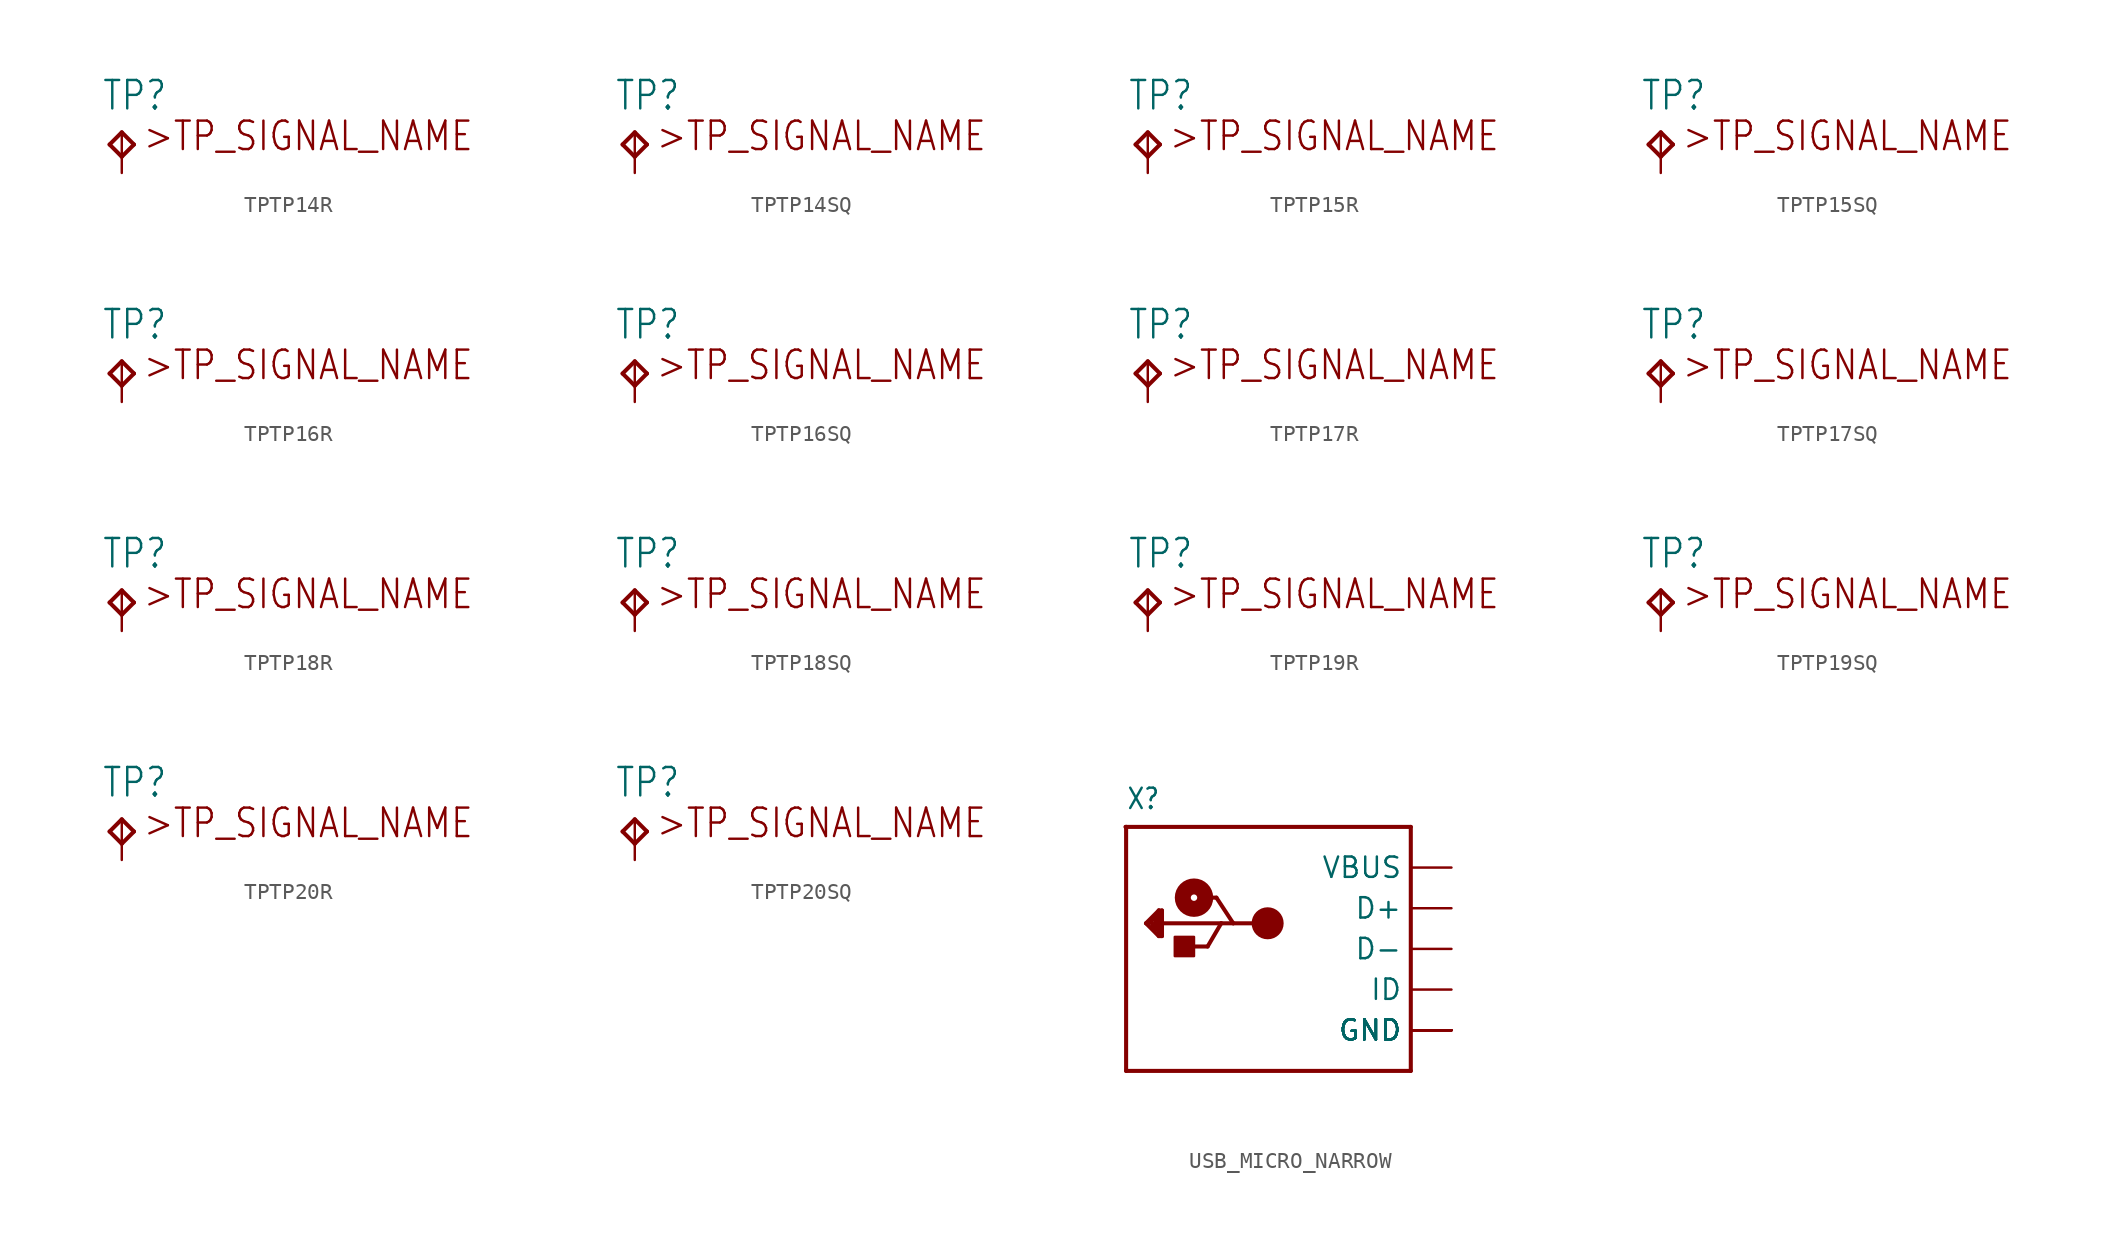
<source format=kicad_sym>
(kicad_symbol_lib
  (version 20220914)
  (generator kicad_symbol_editor)
  (symbol "TPTP14R"
    (property "Reference" "TP"
      (at -1.27 1.27 0)
      (effects (font (size 1.778 1.511)) (justify left bottom)))
    (property "ki_locked" ""
      (at 0 0 0)
      (effects (font (size 1.27 1.27))))
    (symbol "TPTP14R_1_0"
      (polyline (pts (xy -0.762 -0.762) (xy 0 0)) (stroke (width 0.254) (type solid)) (fill (type none)))
      (polyline (pts (xy 0 -1.524) (xy -0.762 -0.762)) (stroke (width 0.254) (type solid)) (fill (type none)))
      (polyline (pts (xy 0 0) (xy 0.762 -0.762)) (stroke (width 0.254) (type solid)) (fill (type none)))
      (polyline (pts (xy 0.762 -0.762) (xy 0 -1.524)) (stroke (width 0.254) (type solid)) (fill (type none)))
      (text ">TP_SIGNAL_NAME" (at 1.27 -1.27 0) (effects (font (size 1.778 1.511)) (justify left bottom)))
      (pin input line (at 0 -2.54 90) (length 2.54) (name "TP" (effects (font (size 0 0)))) (number "TP" (effects (font (size 0 0)))))))
  (symbol "TPTP14SQ"
    (property "Reference" "TP"
      (at -1.27 1.27 0)
      (effects (font (size 1.778 1.511)) (justify left bottom)))
    (property "ki_locked" ""
      (at 0 0 0)
      (effects (font (size 1.27 1.27))))
    (symbol "TPTP14SQ_1_0"
      (polyline (pts (xy -0.762 -0.762) (xy 0 0)) (stroke (width 0.254) (type solid)) (fill (type none)))
      (polyline (pts (xy 0 -1.524) (xy -0.762 -0.762)) (stroke (width 0.254) (type solid)) (fill (type none)))
      (polyline (pts (xy 0 0) (xy 0.762 -0.762)) (stroke (width 0.254) (type solid)) (fill (type none)))
      (polyline (pts (xy 0.762 -0.762) (xy 0 -1.524)) (stroke (width 0.254) (type solid)) (fill (type none)))
      (text ">TP_SIGNAL_NAME" (at 1.27 -1.27 0) (effects (font (size 1.778 1.511)) (justify left bottom)))
      (pin input line (at 0 -2.54 90) (length 2.54) (name "TP" (effects (font (size 0 0)))) (number "TP" (effects (font (size 0 0)))))))
  (symbol "TPTP15R"
    (property "Reference" "TP"
      (at -1.27 1.27 0)
      (effects (font (size 1.778 1.511)) (justify left bottom)))
    (property "ki_locked" ""
      (at 0 0 0)
      (effects (font (size 1.27 1.27))))
    (symbol "TPTP15R_1_0"
      (polyline (pts (xy -0.762 -0.762) (xy 0 0)) (stroke (width 0.254) (type solid)) (fill (type none)))
      (polyline (pts (xy 0 -1.524) (xy -0.762 -0.762)) (stroke (width 0.254) (type solid)) (fill (type none)))
      (polyline (pts (xy 0 0) (xy 0.762 -0.762)) (stroke (width 0.254) (type solid)) (fill (type none)))
      (polyline (pts (xy 0.762 -0.762) (xy 0 -1.524)) (stroke (width 0.254) (type solid)) (fill (type none)))
      (text ">TP_SIGNAL_NAME" (at 1.27 -1.27 0) (effects (font (size 1.778 1.511)) (justify left bottom)))
      (pin input line (at 0 -2.54 90) (length 2.54) (name "TP" (effects (font (size 0 0)))) (number "TP" (effects (font (size 0 0)))))))
  (symbol "TPTP15SQ"
    (property "Reference" "TP"
      (at -1.27 1.27 0)
      (effects (font (size 1.778 1.511)) (justify left bottom)))
    (property "ki_locked" ""
      (at 0 0 0)
      (effects (font (size 1.27 1.27))))
    (symbol "TPTP15SQ_1_0"
      (polyline (pts (xy -0.762 -0.762) (xy 0 0)) (stroke (width 0.254) (type solid)) (fill (type none)))
      (polyline (pts (xy 0 -1.524) (xy -0.762 -0.762)) (stroke (width 0.254) (type solid)) (fill (type none)))
      (polyline (pts (xy 0 0) (xy 0.762 -0.762)) (stroke (width 0.254) (type solid)) (fill (type none)))
      (polyline (pts (xy 0.762 -0.762) (xy 0 -1.524)) (stroke (width 0.254) (type solid)) (fill (type none)))
      (text ">TP_SIGNAL_NAME" (at 1.27 -1.27 0) (effects (font (size 1.778 1.511)) (justify left bottom)))
      (pin input line (at 0 -2.54 90) (length 2.54) (name "TP" (effects (font (size 0 0)))) (number "TP" (effects (font (size 0 0)))))))
  (symbol "TPTP16R"
    (property "Reference" "TP"
      (at -1.27 1.27 0)
      (effects (font (size 1.778 1.511)) (justify left bottom)))
    (property "ki_locked" ""
      (at 0 0 0)
      (effects (font (size 1.27 1.27))))
    (symbol "TPTP16R_1_0"
      (polyline (pts (xy -0.762 -0.762) (xy 0 0)) (stroke (width 0.254) (type solid)) (fill (type none)))
      (polyline (pts (xy 0 -1.524) (xy -0.762 -0.762)) (stroke (width 0.254) (type solid)) (fill (type none)))
      (polyline (pts (xy 0 0) (xy 0.762 -0.762)) (stroke (width 0.254) (type solid)) (fill (type none)))
      (polyline (pts (xy 0.762 -0.762) (xy 0 -1.524)) (stroke (width 0.254) (type solid)) (fill (type none)))
      (text ">TP_SIGNAL_NAME" (at 1.27 -1.27 0) (effects (font (size 1.778 1.511)) (justify left bottom)))
      (pin input line (at 0 -2.54 90) (length 2.54) (name "TP" (effects (font (size 0 0)))) (number "TP" (effects (font (size 0 0)))))))
  (symbol "TPTP16SQ"
    (property "Reference" "TP"
      (at -1.27 1.27 0)
      (effects (font (size 1.778 1.511)) (justify left bottom)))
    (property "ki_locked" ""
      (at 0 0 0)
      (effects (font (size 1.27 1.27))))
    (symbol "TPTP16SQ_1_0"
      (polyline (pts (xy -0.762 -0.762) (xy 0 0)) (stroke (width 0.254) (type solid)) (fill (type none)))
      (polyline (pts (xy 0 -1.524) (xy -0.762 -0.762)) (stroke (width 0.254) (type solid)) (fill (type none)))
      (polyline (pts (xy 0 0) (xy 0.762 -0.762)) (stroke (width 0.254) (type solid)) (fill (type none)))
      (polyline (pts (xy 0.762 -0.762) (xy 0 -1.524)) (stroke (width 0.254) (type solid)) (fill (type none)))
      (text ">TP_SIGNAL_NAME" (at 1.27 -1.27 0) (effects (font (size 1.778 1.511)) (justify left bottom)))
      (pin input line (at 0 -2.54 90) (length 2.54) (name "TP" (effects (font (size 0 0)))) (number "TP" (effects (font (size 0 0)))))))
  (symbol "TPTP17R"
    (property "Reference" "TP"
      (at -1.27 1.27 0)
      (effects (font (size 1.778 1.511)) (justify left bottom)))
    (property "ki_locked" ""
      (at 0 0 0)
      (effects (font (size 1.27 1.27))))
    (symbol "TPTP17R_1_0"
      (polyline (pts (xy -0.762 -0.762) (xy 0 0)) (stroke (width 0.254) (type solid)) (fill (type none)))
      (polyline (pts (xy 0 -1.524) (xy -0.762 -0.762)) (stroke (width 0.254) (type solid)) (fill (type none)))
      (polyline (pts (xy 0 0) (xy 0.762 -0.762)) (stroke (width 0.254) (type solid)) (fill (type none)))
      (polyline (pts (xy 0.762 -0.762) (xy 0 -1.524)) (stroke (width 0.254) (type solid)) (fill (type none)))
      (text ">TP_SIGNAL_NAME" (at 1.27 -1.27 0) (effects (font (size 1.778 1.511)) (justify left bottom)))
      (pin input line (at 0 -2.54 90) (length 2.54) (name "TP" (effects (font (size 0 0)))) (number "TP" (effects (font (size 0 0)))))))
  (symbol "TPTP17SQ"
    (property "Reference" "TP"
      (at -1.27 1.27 0)
      (effects (font (size 1.778 1.511)) (justify left bottom)))
    (property "ki_locked" ""
      (at 0 0 0)
      (effects (font (size 1.27 1.27))))
    (symbol "TPTP17SQ_1_0"
      (polyline (pts (xy -0.762 -0.762) (xy 0 0)) (stroke (width 0.254) (type solid)) (fill (type none)))
      (polyline (pts (xy 0 -1.524) (xy -0.762 -0.762)) (stroke (width 0.254) (type solid)) (fill (type none)))
      (polyline (pts (xy 0 0) (xy 0.762 -0.762)) (stroke (width 0.254) (type solid)) (fill (type none)))
      (polyline (pts (xy 0.762 -0.762) (xy 0 -1.524)) (stroke (width 0.254) (type solid)) (fill (type none)))
      (text ">TP_SIGNAL_NAME" (at 1.27 -1.27 0) (effects (font (size 1.778 1.511)) (justify left bottom)))
      (pin input line (at 0 -2.54 90) (length 2.54) (name "TP" (effects (font (size 0 0)))) (number "TP" (effects (font (size 0 0)))))))
  (symbol "TPTP18R"
    (property "Reference" "TP"
      (at -1.27 1.27 0)
      (effects (font (size 1.778 1.511)) (justify left bottom)))
    (property "ki_locked" ""
      (at 0 0 0)
      (effects (font (size 1.27 1.27))))
    (symbol "TPTP18R_1_0"
      (polyline (pts (xy -0.762 -0.762) (xy 0 0)) (stroke (width 0.254) (type solid)) (fill (type none)))
      (polyline (pts (xy 0 -1.524) (xy -0.762 -0.762)) (stroke (width 0.254) (type solid)) (fill (type none)))
      (polyline (pts (xy 0 0) (xy 0.762 -0.762)) (stroke (width 0.254) (type solid)) (fill (type none)))
      (polyline (pts (xy 0.762 -0.762) (xy 0 -1.524)) (stroke (width 0.254) (type solid)) (fill (type none)))
      (text ">TP_SIGNAL_NAME" (at 1.27 -1.27 0) (effects (font (size 1.778 1.511)) (justify left bottom)))
      (pin input line (at 0 -2.54 90) (length 2.54) (name "TP" (effects (font (size 0 0)))) (number "TP" (effects (font (size 0 0)))))))
  (symbol "TPTP18SQ"
    (property "Reference" "TP"
      (at -1.27 1.27 0)
      (effects (font (size 1.778 1.511)) (justify left bottom)))
    (property "ki_locked" ""
      (at 0 0 0)
      (effects (font (size 1.27 1.27))))
    (symbol "TPTP18SQ_1_0"
      (polyline (pts (xy -0.762 -0.762) (xy 0 0)) (stroke (width 0.254) (type solid)) (fill (type none)))
      (polyline (pts (xy 0 -1.524) (xy -0.762 -0.762)) (stroke (width 0.254) (type solid)) (fill (type none)))
      (polyline (pts (xy 0 0) (xy 0.762 -0.762)) (stroke (width 0.254) (type solid)) (fill (type none)))
      (polyline (pts (xy 0.762 -0.762) (xy 0 -1.524)) (stroke (width 0.254) (type solid)) (fill (type none)))
      (text ">TP_SIGNAL_NAME" (at 1.27 -1.27 0) (effects (font (size 1.778 1.511)) (justify left bottom)))
      (pin input line (at 0 -2.54 90) (length 2.54) (name "TP" (effects (font (size 0 0)))) (number "TP" (effects (font (size 0 0)))))))
  (symbol "TPTP19R"
    (property "Reference" "TP"
      (at -1.27 1.27 0)
      (effects (font (size 1.778 1.511)) (justify left bottom)))
    (property "ki_locked" ""
      (at 0 0 0)
      (effects (font (size 1.27 1.27))))
    (symbol "TPTP19R_1_0"
      (polyline (pts (xy -0.762 -0.762) (xy 0 0)) (stroke (width 0.254) (type solid)) (fill (type none)))
      (polyline (pts (xy 0 -1.524) (xy -0.762 -0.762)) (stroke (width 0.254) (type solid)) (fill (type none)))
      (polyline (pts (xy 0 0) (xy 0.762 -0.762)) (stroke (width 0.254) (type solid)) (fill (type none)))
      (polyline (pts (xy 0.762 -0.762) (xy 0 -1.524)) (stroke (width 0.254) (type solid)) (fill (type none)))
      (text ">TP_SIGNAL_NAME" (at 1.27 -1.27 0) (effects (font (size 1.778 1.511)) (justify left bottom)))
      (pin input line (at 0 -2.54 90) (length 2.54) (name "TP" (effects (font (size 0 0)))) (number "TP" (effects (font (size 0 0)))))))
  (symbol "TPTP19SQ"
    (property "Reference" "TP"
      (at -1.27 1.27 0)
      (effects (font (size 1.778 1.511)) (justify left bottom)))
    (property "ki_locked" ""
      (at 0 0 0)
      (effects (font (size 1.27 1.27))))
    (symbol "TPTP19SQ_1_0"
      (polyline (pts (xy -0.762 -0.762) (xy 0 0)) (stroke (width 0.254) (type solid)) (fill (type none)))
      (polyline (pts (xy 0 -1.524) (xy -0.762 -0.762)) (stroke (width 0.254) (type solid)) (fill (type none)))
      (polyline (pts (xy 0 0) (xy 0.762 -0.762)) (stroke (width 0.254) (type solid)) (fill (type none)))
      (polyline (pts (xy 0.762 -0.762) (xy 0 -1.524)) (stroke (width 0.254) (type solid)) (fill (type none)))
      (text ">TP_SIGNAL_NAME" (at 1.27 -1.27 0) (effects (font (size 1.778 1.511)) (justify left bottom)))
      (pin input line (at 0 -2.54 90) (length 2.54) (name "TP" (effects (font (size 0 0)))) (number "TP" (effects (font (size 0 0)))))))
  (symbol "TPTP20R"
    (property "Reference" "TP"
      (at -1.27 1.27 0)
      (effects (font (size 1.778 1.511)) (justify left bottom)))
    (property "ki_locked" ""
      (at 0 0 0)
      (effects (font (size 1.27 1.27))))
    (symbol "TPTP20R_1_0"
      (polyline (pts (xy -0.762 -0.762) (xy 0 0)) (stroke (width 0.254) (type solid)) (fill (type none)))
      (polyline (pts (xy 0 -1.524) (xy -0.762 -0.762)) (stroke (width 0.254) (type solid)) (fill (type none)))
      (polyline (pts (xy 0 0) (xy 0.762 -0.762)) (stroke (width 0.254) (type solid)) (fill (type none)))
      (polyline (pts (xy 0.762 -0.762) (xy 0 -1.524)) (stroke (width 0.254) (type solid)) (fill (type none)))
      (text ">TP_SIGNAL_NAME" (at 1.27 -1.27 0) (effects (font (size 1.778 1.511)) (justify left bottom)))
      (pin input line (at 0 -2.54 90) (length 2.54) (name "TP" (effects (font (size 0 0)))) (number "TP" (effects (font (size 0 0)))))))
  (symbol "TPTP20SQ"
    (property "Reference" "TP"
      (at -1.27 1.27 0)
      (effects (font (size 1.778 1.511)) (justify left bottom)))
    (property "ki_locked" ""
      (at 0 0 0)
      (effects (font (size 1.27 1.27))))
    (symbol "TPTP20SQ_1_0"
      (polyline (pts (xy -0.762 -0.762) (xy 0 0)) (stroke (width 0.254) (type solid)) (fill (type none)))
      (polyline (pts (xy 0 -1.524) (xy -0.762 -0.762)) (stroke (width 0.254) (type solid)) (fill (type none)))
      (polyline (pts (xy 0 0) (xy 0.762 -0.762)) (stroke (width 0.254) (type solid)) (fill (type none)))
      (polyline (pts (xy 0.762 -0.762) (xy 0 -1.524)) (stroke (width 0.254) (type solid)) (fill (type none)))
      (text ">TP_SIGNAL_NAME" (at 1.27 -1.27 0) (effects (font (size 1.778 1.511)) (justify left bottom)))
      (pin input line (at 0 -2.54 90) (length 2.54) (name "TP" (effects (font (size 0 0)))) (number "TP" (effects (font (size 0 0)))))))
  (symbol "USB_MICRO_NARROW"
    (property "Reference" "X"
      (at -10.16 8.636 0)
      (effects (font (size 1.27 1.079)) (justify left bottom)))
    (property "Value" ""
      (at -10.16 -10.16 0)
      (effects (font (size 1.27 1.079)) (justify left bottom)))
    (property "ki_locked" ""
      (at 0 0 0)
      (effects (font (size 1.27 1.27))))
    (symbol "USB_MICRO_NARROW_1_0"
      (rectangle (start -7.12 -0.45) (end -5.92 0.75) (stroke (width 0) (type default)) (fill (type outline)))
      (circle (center -5.92 3.2) (radius 0.2) (stroke (width 1) (type solid)) (fill (type none)))
      (circle (center -1.32 1.6) (radius 0.5) (stroke (width 1) (type solid)) (fill (type none)))
      (polyline (pts (xy -10.2 7.62) (xy -10.16 7.62)) (stroke (width 0.254) (type solid)) (fill (type none)))
      (polyline (pts (xy -10.16 -7.62) (xy 7.62 -7.62)) (stroke (width 0.254) (type solid)) (fill (type none)))
      (polyline (pts (xy -10.16 7.62) (xy -10.16 -7.62)) (stroke (width 0.254) (type solid)) (fill (type none)))
      (polyline (pts (xy -10.16 7.62) (xy 7.62 7.62)) (stroke (width 0.254) (type solid)) (fill (type none)))
      (polyline (pts (xy -8.92 1.6) (xy -8.12 2.4)) (stroke (width 0.254) (type solid)) (fill (type none)))
      (polyline (pts (xy -8.52 1.4) (xy -8.32 1.2)) (stroke (width 0.254) (type solid)) (fill (type none)))
      (polyline (pts (xy -8.52 1.6) (xy -8.52 1.4)) (stroke (width 0.254) (type solid)) (fill (type none)))
      (polyline (pts (xy -8.32 1.2) (xy -8.32 2)) (stroke (width 0.254) (type solid)) (fill (type none)))
      (polyline (pts (xy -8.32 2) (xy -8.72 1.6)) (stroke (width 0.254) (type solid)) (fill (type none)))
      (polyline (pts (xy -8.12 0.8) (xy -8.92 1.6)) (stroke (width 0.254) (type solid)) (fill (type none)))
      (polyline (pts (xy -8.12 1) (xy -8.12 2.4)) (stroke (width 0.254) (type solid)) (fill (type none)))
      (polyline (pts (xy -8.12 2.4) (xy -7.92 2.4)) (stroke (width 0.254) (type solid)) (fill (type none)))
      (polyline (pts (xy -7.92 0.8) (xy -8.12 0.8)) (stroke (width 0.254) (type solid)) (fill (type none)))
      (polyline (pts (xy -7.92 1.6) (xy -7.92 0.8)) (stroke (width 0.254) (type solid)) (fill (type none)))
      (polyline (pts (xy -7.92 2.4) (xy -7.92 1.6)) (stroke (width 0.254) (type solid)) (fill (type none)))
      (polyline (pts (xy -6.27 0.15) (xy -5.07 0.15)) (stroke (width 0.254) (type solid)) (fill (type none)))
      (polyline (pts (xy -5.52 3.2) (xy -4.52 3.2)) (stroke (width 0.254) (type solid)) (fill (type none)))
      (polyline (pts (xy -5.07 0.15) (xy -4.22 1.6)) (stroke (width 0.254) (type solid)) (fill (type none)))
      (polyline (pts (xy -4.52 3.2) (xy -3.47 1.6)) (stroke (width 0.254) (type solid)) (fill (type none)))
      (polyline (pts (xy -4.22 1.6) (xy -7.92 1.6)) (stroke (width 0.254) (type solid)) (fill (type none)))
      (polyline (pts (xy -3.47 1.6) (xy -4.22 1.6)) (stroke (width 0.254) (type solid)) (fill (type none)))
      (polyline (pts (xy -1.32 1.6) (xy -3.47 1.6)) (stroke (width 0.254) (type solid)) (fill (type none)))
      (polyline (pts (xy 7.62 7.62) (xy 7.62 -7.62)) (stroke (width 0.254) (type solid)) (fill (type none)))
      (pin power_in line (at 10.16 -5.08 180) (length 2.54) (name "GND" (effects (font (size 1.27 1.27)))) (number "BASE@1" (effects (font (size 0 0)))))
      (pin power_in line (at 10.16 -5.08 180) (length 2.54) (name "GND" (effects (font (size 1.27 1.27)))) (number "BASE@2" (effects (font (size 0 0)))))
      (pin bidirectional line (at 10.16 2.54 180) (length 2.54) (name "D+" (effects (font (size 1.27 1.27)))) (number "D+" (effects (font (size 0 0)))))
      (pin bidirectional line (at 10.16 0 180) (length 2.54) (name "D-" (effects (font (size 1.27 1.27)))) (number "D-" (effects (font (size 0 0)))))
      (pin power_in line (at 10.16 -5.08 180) (length 2.54) (name "GND" (effects (font (size 1.27 1.27)))) (number "GND" (effects (font (size 0 0)))))
      (pin bidirectional line (at 10.16 -2.54 180) (length 2.54) (name "ID" (effects (font (size 1.27 1.27)))) (number "ID" (effects (font (size 0 0)))))
      (pin power_in line (at 10.16 -5.08 180) (length 2.54) (name "GND" (effects (font (size 1.27 1.27)))) (number "SPRT@1" (effects (font (size 0 0)))))
      (pin power_in line (at 10.16 -5.08 180) (length 2.54) (name "GND" (effects (font (size 1.27 1.27)))) (number "SPRT@2" (effects (font (size 0 0)))))
      (pin power_in line (at 10.16 -5.08 180) (length 2.54) (name "GND" (effects (font (size 1.27 1.27)))) (number "SPRT@3" (effects (font (size 0 0)))))
      (pin power_in line (at 10.16 -5.08 180) (length 2.54) (name "GND" (effects (font (size 1.27 1.27)))) (number "SPRT@4" (effects (font (size 0 0)))))
      (pin power_in line (at 10.16 5.08 180) (length 2.54) (name "VBUS" (effects (font (size 1.27 1.27)))) (number "VBUS" (effects (font (size 0 0))))))))
</source>
